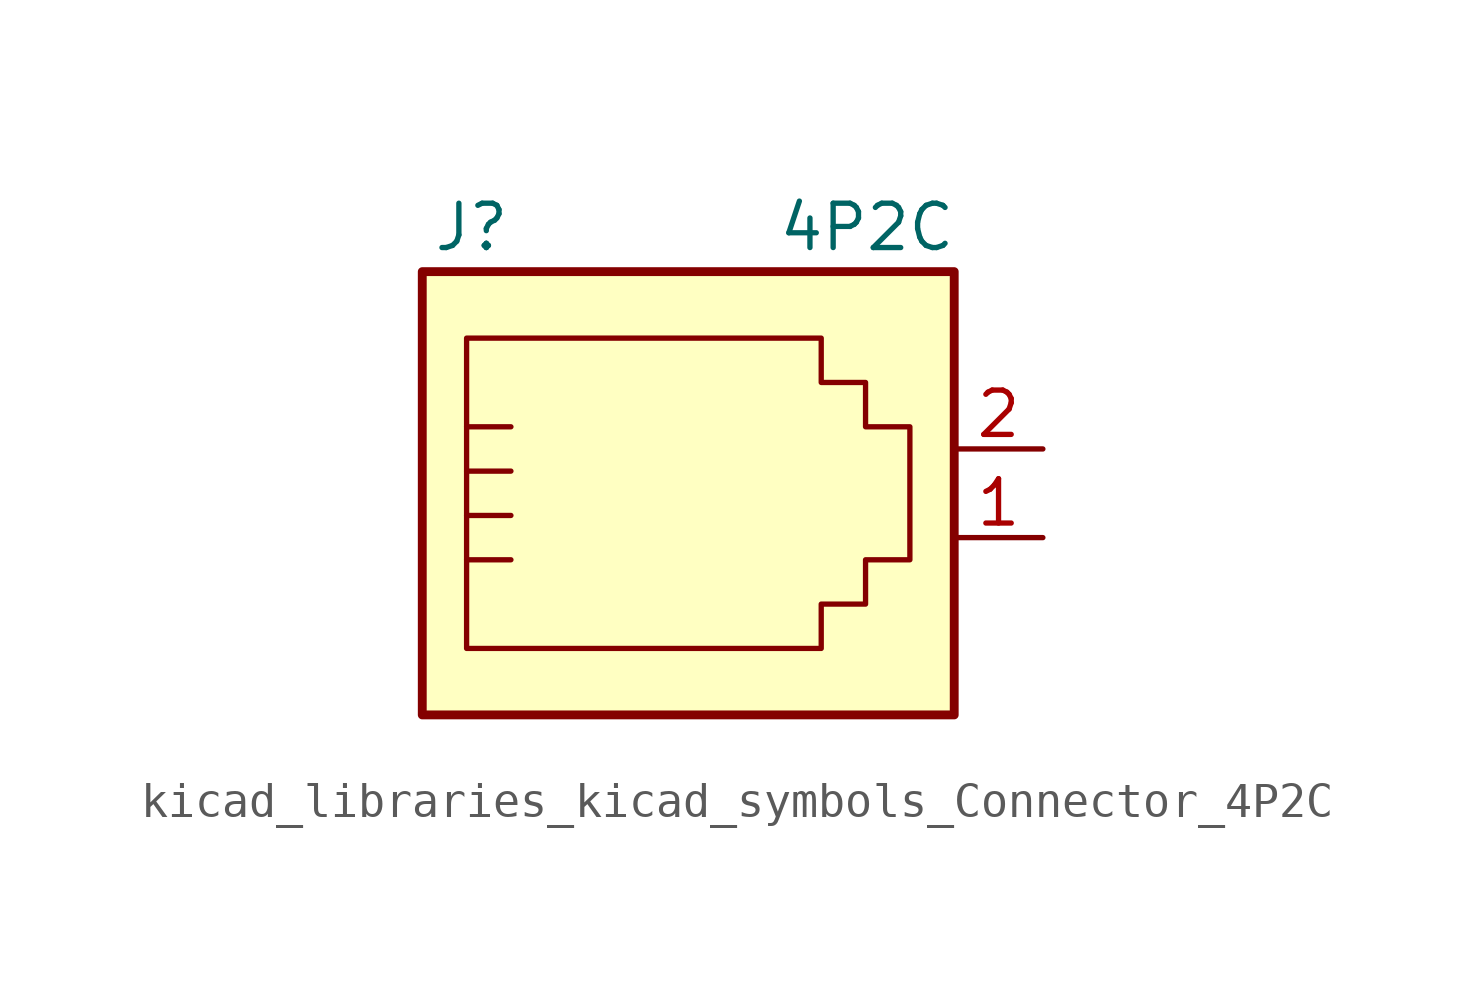
<source format=kicad_sym>
(kicad_symbol_lib
  (version 20220914)
  (generator kicad_symbol_editor)
  (symbol "kicad_libraries_kicad_symbols_Connector_4P2C"
    (pin_names
      (offset 1.016))
    (property "Reference" "J"
      (at -5.08 8.89 0)
      (effects (font (size 1.27 1.27)) (justify right)))
    (property "Value" "4P2C"
      (at 2.54 8.89 0)
      (effects (font (size 1.27 1.27)) (justify left)))
    (symbol "kicad_libraries_kicad_symbols_Connector_4P2C_0_1"
      (polyline (pts (xy -6.35 -0.635) (xy -5.08 -0.635) (xy -5.08 -0.635)) (stroke (width 0) (type default)) (fill (type none)))
      (polyline (pts (xy -6.35 0.635) (xy -5.08 0.635) (xy -5.08 0.635)) (stroke (width 0) (type default)) (fill (type none)))
      (polyline (pts (xy -6.35 1.905) (xy -5.08 1.905) (xy -5.08 1.905)) (stroke (width 0) (type default)) (fill (type none)))
      (polyline (pts (xy -6.35 3.175) (xy -5.08 3.175) (xy -5.08 3.175)) (stroke (width 0) (type default)) (fill (type none)))
      (polyline (pts (xy -6.35 -3.175) (xy -6.35 5.715) (xy -1.27 5.715) (xy 3.81 5.715) (xy 3.81 4.445) (xy 5.08 4.445) (xy 5.08 3.175) (xy 6.35 3.175) (xy 6.35 -0.635) (xy 5.08 -0.635) (xy 5.08 -1.905) (xy 3.81 -1.905) (xy 3.81 -3.175) (xy -6.35 -3.175) (xy -6.35 -3.175)) (stroke (width 0) (type default)) (fill (type none)))
      (rectangle (start 7.62 7.62) (end -7.62 -5.08) (stroke (width 0.254) (type default)) (fill (type background))))
    (symbol "kicad_libraries_kicad_symbols_Connector_4P2C_1_1"
      (pin passive line (at 10.16 0 180) (length 2.54) (name "~" (effects (font (size 1.27 1.27)))) (number "1" (effects (font (size 1.27 1.27)))))
      (pin passive line (at 10.16 2.54 180) (length 2.54) (name "~" (effects (font (size 1.27 1.27)))) (number "2" (effects (font (size 1.27 1.27))))))))
</source>
